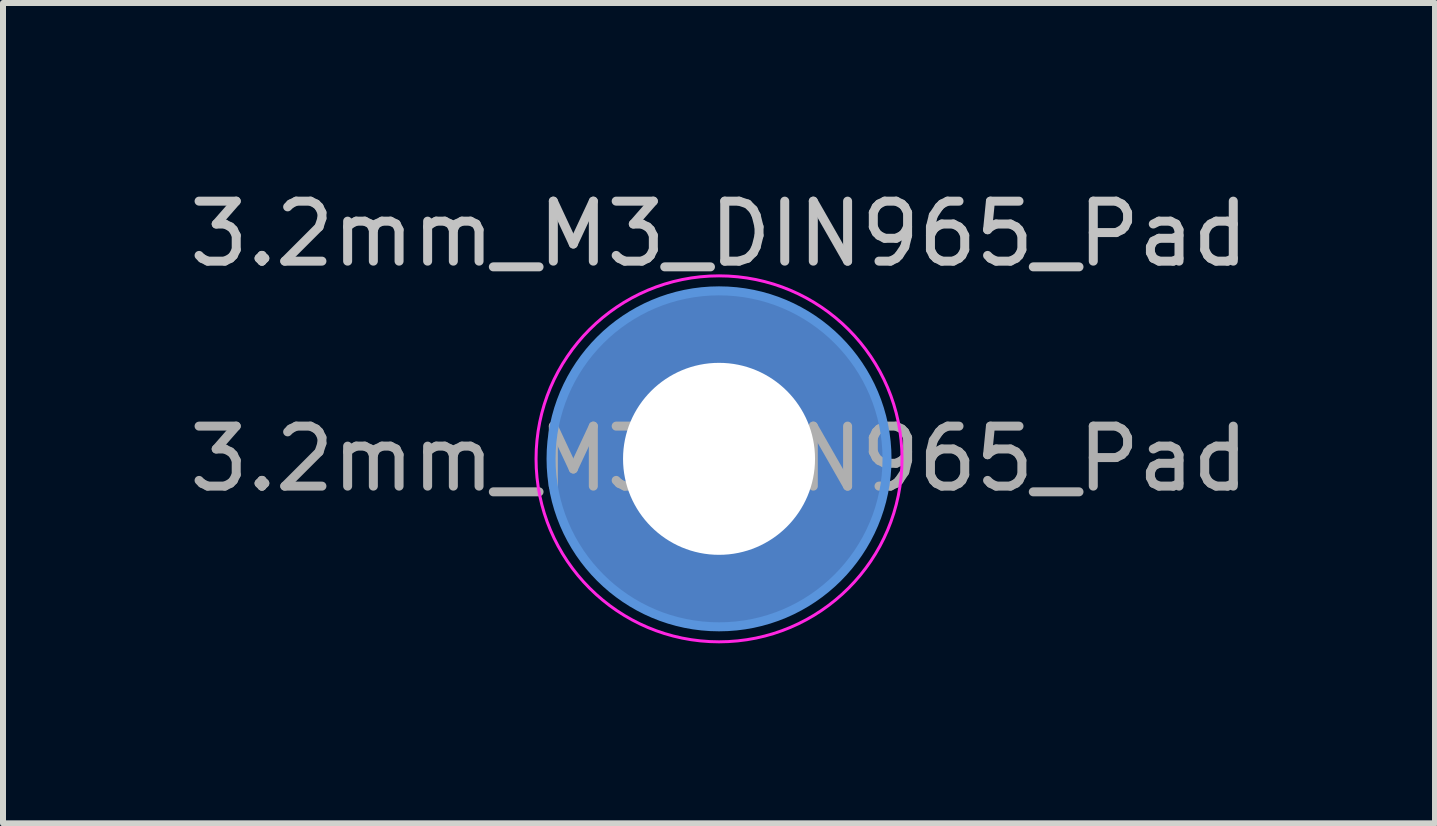
<source format=kicad_pcb>
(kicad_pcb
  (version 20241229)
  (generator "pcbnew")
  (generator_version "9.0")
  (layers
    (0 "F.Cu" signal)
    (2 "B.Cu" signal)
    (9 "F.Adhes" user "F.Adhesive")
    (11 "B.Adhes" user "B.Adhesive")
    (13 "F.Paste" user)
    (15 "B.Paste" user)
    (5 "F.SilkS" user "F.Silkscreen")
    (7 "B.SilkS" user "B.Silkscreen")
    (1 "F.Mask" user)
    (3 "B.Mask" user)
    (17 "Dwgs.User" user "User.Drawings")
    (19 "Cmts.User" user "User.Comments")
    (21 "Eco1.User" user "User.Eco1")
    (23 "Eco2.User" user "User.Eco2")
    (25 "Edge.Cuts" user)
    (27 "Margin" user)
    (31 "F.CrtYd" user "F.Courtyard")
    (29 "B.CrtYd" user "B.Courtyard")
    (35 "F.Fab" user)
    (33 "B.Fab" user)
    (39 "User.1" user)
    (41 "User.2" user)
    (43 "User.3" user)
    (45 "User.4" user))
  (footprint "3.2mm_M3_DIN965_Pad"
    (layer "F.Cu")
    (at 8.935 4.598)
    (property "Reference" "3.2mm_M3_DIN965_Pad" (at 0 -3.75 0) (layer "Dwgs.User") (effects (font (size 1 1) (thickness 0.15))))
    (attr exclude_from_pos_files exclude_from_bom)
    (fp_circle (center 0 0) (end 2.8 0) (stroke (width 0.15) (type solid)) (fill no) (layer "Cmts.User"))
    (fp_circle (center 0 0) (end 3.05 0) (stroke (width 0.05) (type solid)) (fill no) (layer "F.CrtYd"))
    (fp_text user "${REFERENCE}" (at 0 0 0) (layer "F.Fab") (effects (font (size 1 1) (thickness 0.15))))
    (pad "1" thru_hole circle (at 0 0) (size 5.6 5.6) (drill 3.2) (layers "*.Cu" "*.Mask")))
  (gr_rect
    (start -3 -3)
    (end 20.869 10.673)
    (stroke (width 0.1) (type default))
    (fill no)
    (layer "Edge.Cuts")))
</source>
